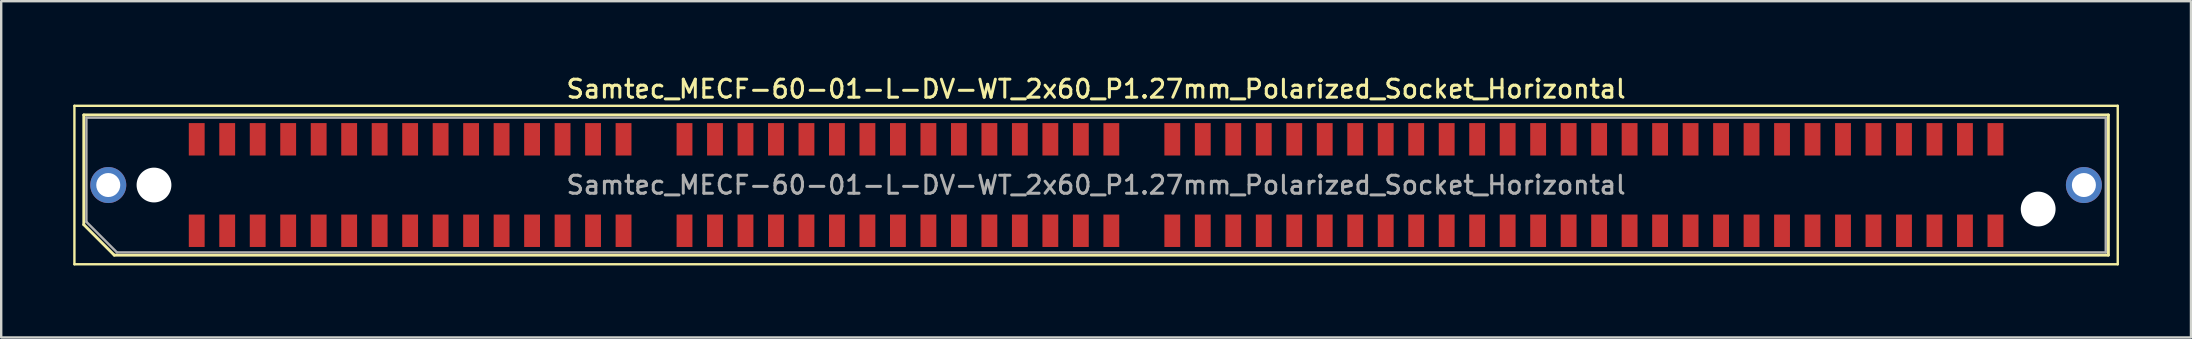
<source format=kicad_pcb>
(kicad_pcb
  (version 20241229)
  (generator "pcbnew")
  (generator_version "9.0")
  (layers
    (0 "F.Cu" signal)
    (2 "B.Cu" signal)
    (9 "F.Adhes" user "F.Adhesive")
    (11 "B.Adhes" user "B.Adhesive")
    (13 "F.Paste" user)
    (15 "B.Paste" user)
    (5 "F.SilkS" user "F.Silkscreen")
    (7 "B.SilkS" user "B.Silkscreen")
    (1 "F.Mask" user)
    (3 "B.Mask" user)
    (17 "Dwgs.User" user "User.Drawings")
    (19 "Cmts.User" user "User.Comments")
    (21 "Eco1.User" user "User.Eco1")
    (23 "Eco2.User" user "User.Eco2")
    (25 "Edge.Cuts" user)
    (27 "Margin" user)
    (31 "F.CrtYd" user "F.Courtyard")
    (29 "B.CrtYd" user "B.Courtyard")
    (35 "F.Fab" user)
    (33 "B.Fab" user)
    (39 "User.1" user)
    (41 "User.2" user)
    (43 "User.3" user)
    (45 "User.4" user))
  (footprint "Samtec_MECF-60-01-L-DV-WT_2x60_P1.27mm_Polarized_Socket_Horizontal"
    (layer "F.Cu")
    (at 42.61 4.658)
    (property "Reference" "Samtec_MECF-60-01-L-DV-WT_2x60_P1.27mm_Polarized_Socket_Horizontal" (at 0 -4 0) (layer "F.SilkS") (effects (font (size 0.75 0.75) (thickness 0.125))))
    (attr smd)
    (fp_line (start -42.56 -3.3) (end -42.56 3.3) (stroke (width 0.1) (type solid)) (layer "F.SilkS"))
    (fp_line (start -42.56 3.3) (end 42.56 3.3) (stroke (width 0.1) (type solid)) (layer "F.SilkS"))
    (fp_line (start -42.17 -2.92) (end 42.17 -2.92) (stroke (width 0.12) (type solid)) (layer "F.SilkS"))
    (fp_line (start -42.17 1.65) (end -42.17 -2.92) (stroke (width 0.12) (type solid)) (layer "F.SilkS"))
    (fp_line (start -40.9 2.92) (end -42.17 1.65) (stroke (width 0.12) (type solid)) (layer "F.SilkS"))
    (fp_line (start -40.9 2.92) (end 42.17 2.92) (stroke (width 0.12) (type solid)) (layer "F.SilkS"))
    (fp_line (start 42.17 2.92) (end 42.17 -2.92) (stroke (width 0.12) (type solid)) (layer "F.SilkS"))
    (fp_line (start 42.56 -3.3) (end -42.56 -3.3) (stroke (width 0.1) (type solid)) (layer "F.SilkS"))
    (fp_line (start 42.56 3.3) (end 42.56 -3.3) (stroke (width 0.1) (type solid)) (layer "F.SilkS"))
    (fp_line (start -42.06 -2.805) (end 42.06 -2.805) (stroke (width 0.1) (type solid)) (layer "F.Fab"))
    (fp_line (start -42.06 1.535) (end -42.06 -2.805) (stroke (width 0.1) (type solid)) (layer "F.Fab"))
    (fp_line (start -42.06 1.535) (end -40.79 2.805) (stroke (width 0.1) (type solid)) (layer "F.Fab"))
    (fp_line (start -40.79 2.805) (end 42.06 2.805) (stroke (width 0.1) (type solid)) (layer "F.Fab"))
    (fp_line (start 42.06 2.805) (end 42.06 -2.805) (stroke (width 0.1) (type solid)) (layer "F.Fab"))
    (fp_text user "${REFERENCE}" (at 0 0 0) (layer "F.Fab") (effects (font (size 0.75 0.75) (thickness 0.125))))
    (pad "" thru_hole circle (at -41.15 0) (size 1.5 1.5) (drill 1) (layers "*.Cu" "*.Mask"))
    (pad "" np_thru_hole circle (at -39.245 0) (size 1.45 1.45) (drill 1.45) (layers "*.Cu" "*.Mask"))
    (pad "" np_thru_hole circle (at 39.245 1) (size 1.45 1.45) (drill 1.45) (layers "*.Cu" "*.Mask"))
    (pad "" thru_hole circle (at 41.15 0) (size 1.5 1.5) (drill 1) (layers "*.Cu" "*.Mask"))
    (pad "1" smd rect (at -37.465 1.905) (size 0.66 1.35) (layers "F.Cu" "F.Mask" "F.Paste"))
    (pad "2" smd rect (at -37.465 -1.905) (size 0.66 1.35) (layers "F.Cu" "F.Mask" "F.Paste"))
    (pad "3" smd rect (at -36.195 1.905) (size 0.66 1.35) (layers "F.Cu" "F.Mask" "F.Paste"))
    (pad "4" smd rect (at -36.195 -1.905) (size 0.66 1.35) (layers "F.Cu" "F.Mask" "F.Paste"))
    (pad "5" smd rect (at -34.925 1.905) (size 0.66 1.35) (layers "F.Cu" "F.Mask" "F.Paste"))
    (pad "6" smd rect (at -34.925 -1.905) (size 0.66 1.35) (layers "F.Cu" "F.Mask" "F.Paste"))
    (pad "7" smd rect (at -33.655 1.905) (size 0.66 1.35) (layers "F.Cu" "F.Mask" "F.Paste"))
    (pad "8" smd rect (at -33.655 -1.905) (size 0.66 1.35) (layers "F.Cu" "F.Mask" "F.Paste"))
    (pad "9" smd rect (at -32.385 1.905) (size 0.66 1.35) (layers "F.Cu" "F.Mask" "F.Paste"))
    (pad "10" smd rect (at -32.385 -1.905) (size 0.66 1.35) (layers "F.Cu" "F.Mask" "F.Paste"))
    (pad "11" smd rect (at -31.115 1.905) (size 0.66 1.35) (layers "F.Cu" "F.Mask" "F.Paste"))
    (pad "12" smd rect (at -31.115 -1.905) (size 0.66 1.35) (layers "F.Cu" "F.Mask" "F.Paste"))
    (pad "13" smd rect (at -29.845 1.905) (size 0.66 1.35) (layers "F.Cu" "F.Mask" "F.Paste"))
    (pad "14" smd rect (at -29.845 -1.905) (size 0.66 1.35) (layers "F.Cu" "F.Mask" "F.Paste"))
    (pad "15" smd rect (at -28.575 1.905) (size 0.66 1.35) (layers "F.Cu" "F.Mask" "F.Paste"))
    (pad "16" smd rect (at -28.575 -1.905) (size 0.66 1.35) (layers "F.Cu" "F.Mask" "F.Paste"))
    (pad "17" smd rect (at -27.305 1.905) (size 0.66 1.35) (layers "F.Cu" "F.Mask" "F.Paste"))
    (pad "18" smd rect (at -27.305 -1.905) (size 0.66 1.35) (layers "F.Cu" "F.Mask" "F.Paste"))
    (pad "19" smd rect (at -26.035 1.905) (size 0.66 1.35) (layers "F.Cu" "F.Mask" "F.Paste"))
    (pad "20" smd rect (at -26.035 -1.905) (size 0.66 1.35) (layers "F.Cu" "F.Mask" "F.Paste"))
    (pad "21" smd rect (at -24.765 1.905) (size 0.66 1.35) (layers "F.Cu" "F.Mask" "F.Paste"))
    (pad "22" smd rect (at -24.765 -1.905) (size 0.66 1.35) (layers "F.Cu" "F.Mask" "F.Paste"))
    (pad "23" smd rect (at -23.495 1.905) (size 0.66 1.35) (layers "F.Cu" "F.Mask" "F.Paste"))
    (pad "24" smd rect (at -23.495 -1.905) (size 0.66 1.35) (layers "F.Cu" "F.Mask" "F.Paste"))
    (pad "25" smd rect (at -22.225 1.905) (size 0.66 1.35) (layers "F.Cu" "F.Mask" "F.Paste"))
    (pad "26" smd rect (at -22.225 -1.905) (size 0.66 1.35) (layers "F.Cu" "F.Mask" "F.Paste"))
    (pad "27" smd rect (at -20.955 1.905) (size 0.66 1.35) (layers "F.Cu" "F.Mask" "F.Paste"))
    (pad "28" smd rect (at -20.955 -1.905) (size 0.66 1.35) (layers "F.Cu" "F.Mask" "F.Paste"))
    (pad "29" smd rect (at -19.685 1.905) (size 0.66 1.35) (layers "F.Cu" "F.Mask" "F.Paste"))
    (pad "30" smd rect (at -19.685 -1.905) (size 0.66 1.35) (layers "F.Cu" "F.Mask" "F.Paste"))
    (pad "33" smd rect (at -17.145 1.905) (size 0.66 1.35) (layers "F.Cu" "F.Mask" "F.Paste"))
    (pad "34" smd rect (at -17.145 -1.905) (size 0.66 1.35) (layers "F.Cu" "F.Mask" "F.Paste"))
    (pad "35" smd rect (at -15.875 1.905) (size 0.66 1.35) (layers "F.Cu" "F.Mask" "F.Paste"))
    (pad "36" smd rect (at -15.875 -1.905) (size 0.66 1.35) (layers "F.Cu" "F.Mask" "F.Paste"))
    (pad "37" smd rect (at -14.605 1.905) (size 0.66 1.35) (layers "F.Cu" "F.Mask" "F.Paste"))
    (pad "38" smd rect (at -14.605 -1.905) (size 0.66 1.35) (layers "F.Cu" "F.Mask" "F.Paste"))
    (pad "39" smd rect (at -13.335 1.905) (size 0.66 1.35) (layers "F.Cu" "F.Mask" "F.Paste"))
    (pad "40" smd rect (at -13.335 -1.905) (size 0.66 1.35) (layers "F.Cu" "F.Mask" "F.Paste"))
    (pad "41" smd rect (at -12.065 1.905) (size 0.66 1.35) (layers "F.Cu" "F.Mask" "F.Paste"))
    (pad "42" smd rect (at -12.065 -1.905) (size 0.66 1.35) (layers "F.Cu" "F.Mask" "F.Paste"))
    (pad "43" smd rect (at -10.795 1.905) (size 0.66 1.35) (layers "F.Cu" "F.Mask" "F.Paste"))
    (pad "44" smd rect (at -10.795 -1.905) (size 0.66 1.35) (layers "F.Cu" "F.Mask" "F.Paste"))
    (pad "45" smd rect (at -9.525 1.905) (size 0.66 1.35) (layers "F.Cu" "F.Mask" "F.Paste"))
    (pad "46" smd rect (at -9.525 -1.905) (size 0.66 1.35) (layers "F.Cu" "F.Mask" "F.Paste"))
    (pad "47" smd rect (at -8.255 1.905) (size 0.66 1.35) (layers "F.Cu" "F.Mask" "F.Paste"))
    (pad "48" smd rect (at -8.255 -1.905) (size 0.66 1.35) (layers "F.Cu" "F.Mask" "F.Paste"))
    (pad "49" smd rect (at -6.985 1.905) (size 0.66 1.35) (layers "F.Cu" "F.Mask" "F.Paste"))
    (pad "50" smd rect (at -6.985 -1.905) (size 0.66 1.35) (layers "F.Cu" "F.Mask" "F.Paste"))
    (pad "51" smd rect (at -5.715 1.905) (size 0.66 1.35) (layers "F.Cu" "F.Mask" "F.Paste"))
    (pad "52" smd rect (at -5.715 -1.905) (size 0.66 1.35) (layers "F.Cu" "F.Mask" "F.Paste"))
    (pad "53" smd rect (at -4.445 1.905) (size 0.66 1.35) (layers "F.Cu" "F.Mask" "F.Paste"))
    (pad "54" smd rect (at -4.445 -1.905) (size 0.66 1.35) (layers "F.Cu" "F.Mask" "F.Paste"))
    (pad "55" smd rect (at -3.175 1.905) (size 0.66 1.35) (layers "F.Cu" "F.Mask" "F.Paste"))
    (pad "56" smd rect (at -3.175 -1.905) (size 0.66 1.35) (layers "F.Cu" "F.Mask" "F.Paste"))
    (pad "57" smd rect (at -1.905 1.905) (size 0.66 1.35) (layers "F.Cu" "F.Mask" "F.Paste"))
    (pad "58" smd rect (at -1.905 -1.905) (size 0.66 1.35) (layers "F.Cu" "F.Mask" "F.Paste"))
    (pad "59" smd rect (at -0.635 1.905) (size 0.66 1.35) (layers "F.Cu" "F.Mask" "F.Paste"))
    (pad "60" smd rect (at -0.635 -1.905) (size 0.66 1.35) (layers "F.Cu" "F.Mask" "F.Paste"))
    (pad "61" smd rect (at 0.635 1.905) (size 0.66 1.35) (layers "F.Cu" "F.Mask" "F.Paste"))
    (pad "62" smd rect (at 0.635 -1.905) (size 0.66 1.35) (layers "F.Cu" "F.Mask" "F.Paste"))
    (pad "65" smd rect (at 3.175 1.905) (size 0.66 1.35) (layers "F.Cu" "F.Mask" "F.Paste"))
    (pad "66" smd rect (at 3.175 -1.905) (size 0.66 1.35) (layers "F.Cu" "F.Mask" "F.Paste"))
    (pad "67" smd rect (at 4.445 1.905) (size 0.66 1.35) (layers "F.Cu" "F.Mask" "F.Paste"))
    (pad "68" smd rect (at 4.445 -1.905) (size 0.66 1.35) (layers "F.Cu" "F.Mask" "F.Paste"))
    (pad "69" smd rect (at 5.715 1.905) (size 0.66 1.35) (layers "F.Cu" "F.Mask" "F.Paste"))
    (pad "70" smd rect (at 5.715 -1.905) (size 0.66 1.35) (layers "F.Cu" "F.Mask" "F.Paste"))
    (pad "71" smd rect (at 6.985 1.905) (size 0.66 1.35) (layers "F.Cu" "F.Mask" "F.Paste"))
    (pad "72" smd rect (at 6.985 -1.905) (size 0.66 1.35) (layers "F.Cu" "F.Mask" "F.Paste"))
    (pad "73" smd rect (at 8.255 1.905) (size 0.66 1.35) (layers "F.Cu" "F.Mask" "F.Paste"))
    (pad "74" smd rect (at 8.255 -1.905) (size 0.66 1.35) (layers "F.Cu" "F.Mask" "F.Paste"))
    (pad "75" smd rect (at 9.525 1.905) (size 0.66 1.35) (layers "F.Cu" "F.Mask" "F.Paste"))
    (pad "76" smd rect (at 9.525 -1.905) (size 0.66 1.35) (layers "F.Cu" "F.Mask" "F.Paste"))
    (pad "77" smd rect (at 10.795 1.905) (size 0.66 1.35) (layers "F.Cu" "F.Mask" "F.Paste"))
    (pad "78" smd rect (at 10.795 -1.905) (size 0.66 1.35) (layers "F.Cu" "F.Mask" "F.Paste"))
    (pad "79" smd rect (at 12.065 1.905) (size 0.66 1.35) (layers "F.Cu" "F.Mask" "F.Paste"))
    (pad "80" smd rect (at 12.065 -1.905) (size 0.66 1.35) (layers "F.Cu" "F.Mask" "F.Paste"))
    (pad "81" smd rect (at 13.335 1.905) (size 0.66 1.35) (layers "F.Cu" "F.Mask" "F.Paste"))
    (pad "82" smd rect (at 13.335 -1.905) (size 0.66 1.35) (layers "F.Cu" "F.Mask" "F.Paste"))
    (pad "83" smd rect (at 14.605 1.905) (size 0.66 1.35) (layers "F.Cu" "F.Mask" "F.Paste"))
    (pad "84" smd rect (at 14.605 -1.905) (size 0.66 1.35) (layers "F.Cu" "F.Mask" "F.Paste"))
    (pad "85" smd rect (at 15.875 1.905) (size 0.66 1.35) (layers "F.Cu" "F.Mask" "F.Paste"))
    (pad "86" smd rect (at 15.875 -1.905) (size 0.66 1.35) (layers "F.Cu" "F.Mask" "F.Paste"))
    (pad "87" smd rect (at 17.145 1.905) (size 0.66 1.35) (layers "F.Cu" "F.Mask" "F.Paste"))
    (pad "88" smd rect (at 17.145 -1.905) (size 0.66 1.35) (layers "F.Cu" "F.Mask" "F.Paste"))
    (pad "89" smd rect (at 18.415 1.905) (size 0.66 1.35) (layers "F.Cu" "F.Mask" "F.Paste"))
    (pad "90" smd rect (at 18.415 -1.905) (size 0.66 1.35) (layers "F.Cu" "F.Mask" "F.Paste"))
    (pad "91" smd rect (at 19.685 1.905) (size 0.66 1.35) (layers "F.Cu" "F.Mask" "F.Paste"))
    (pad "92" smd rect (at 19.685 -1.905) (size 0.66 1.35) (layers "F.Cu" "F.Mask" "F.Paste"))
    (pad "93" smd rect (at 20.955 1.905) (size 0.66 1.35) (layers "F.Cu" "F.Mask" "F.Paste"))
    (pad "94" smd rect (at 20.955 -1.905) (size 0.66 1.35) (layers "F.Cu" "F.Mask" "F.Paste"))
    (pad "95" smd rect (at 22.225 1.905) (size 0.66 1.35) (layers "F.Cu" "F.Mask" "F.Paste"))
    (pad "96" smd rect (at 22.225 -1.905) (size 0.66 1.35) (layers "F.Cu" "F.Mask" "F.Paste"))
    (pad "97" smd rect (at 23.495 1.905) (size 0.66 1.35) (layers "F.Cu" "F.Mask" "F.Paste"))
    (pad "98" smd rect (at 23.495 -1.905) (size 0.66 1.35) (layers "F.Cu" "F.Mask" "F.Paste"))
    (pad "99" smd rect (at 24.765 1.905) (size 0.66 1.35) (layers "F.Cu" "F.Mask" "F.Paste"))
    (pad "100" smd rect (at 24.765 -1.905) (size 0.66 1.35) (layers "F.Cu" "F.Mask" "F.Paste"))
    (pad "101" smd rect (at 26.035 1.905) (size 0.66 1.35) (layers "F.Cu" "F.Mask" "F.Paste"))
    (pad "102" smd rect (at 26.035 -1.905) (size 0.66 1.35) (layers "F.Cu" "F.Mask" "F.Paste"))
    (pad "103" smd rect (at 27.305 1.905) (size 0.66 1.35) (layers "F.Cu" "F.Mask" "F.Paste"))
    (pad "104" smd rect (at 27.305 -1.905) (size 0.66 1.35) (layers "F.Cu" "F.Mask" "F.Paste"))
    (pad "105" smd rect (at 28.575 1.905) (size 0.66 1.35) (layers "F.Cu" "F.Mask" "F.Paste"))
    (pad "106" smd rect (at 28.575 -1.905) (size 0.66 1.35) (layers "F.Cu" "F.Mask" "F.Paste"))
    (pad "107" smd rect (at 29.845 1.905) (size 0.66 1.35) (layers "F.Cu" "F.Mask" "F.Paste"))
    (pad "108" smd rect (at 29.845 -1.905) (size 0.66 1.35) (layers "F.Cu" "F.Mask" "F.Paste"))
    (pad "109" smd rect (at 31.115 1.905) (size 0.66 1.35) (layers "F.Cu" "F.Mask" "F.Paste"))
    (pad "110" smd rect (at 31.115 -1.905) (size 0.66 1.35) (layers "F.Cu" "F.Mask" "F.Paste"))
    (pad "111" smd rect (at 32.385 1.905) (size 0.66 1.35) (layers "F.Cu" "F.Mask" "F.Paste"))
    (pad "112" smd rect (at 32.385 -1.905) (size 0.66 1.35) (layers "F.Cu" "F.Mask" "F.Paste"))
    (pad "113" smd rect (at 33.655 1.905) (size 0.66 1.35) (layers "F.Cu" "F.Mask" "F.Paste"))
    (pad "114" smd rect (at 33.655 -1.905) (size 0.66 1.35) (layers "F.Cu" "F.Mask" "F.Paste"))
    (pad "115" smd rect (at 34.925 1.905) (size 0.66 1.35) (layers "F.Cu" "F.Mask" "F.Paste"))
    (pad "116" smd rect (at 34.925 -1.905) (size 0.66 1.35) (layers "F.Cu" "F.Mask" "F.Paste"))
    (pad "117" smd rect (at 36.195 1.905) (size 0.66 1.35) (layers "F.Cu" "F.Mask" "F.Paste"))
    (pad "118" smd rect (at 36.195 -1.905) (size 0.66 1.35) (layers "F.Cu" "F.Mask" "F.Paste"))
    (pad "119" smd rect (at 37.465 1.905) (size 0.66 1.35) (layers "F.Cu" "F.Mask" "F.Paste"))
    (pad "120" smd rect (at 37.465 -1.905) (size 0.66 1.35) (layers "F.Cu" "F.Mask" "F.Paste")))
  (gr_rect
    (start -3 -3)
    (end 88.22 11.008)
    (stroke (width 0.1) (type default))
    (fill no)
    (layer "Edge.Cuts")))
</source>
